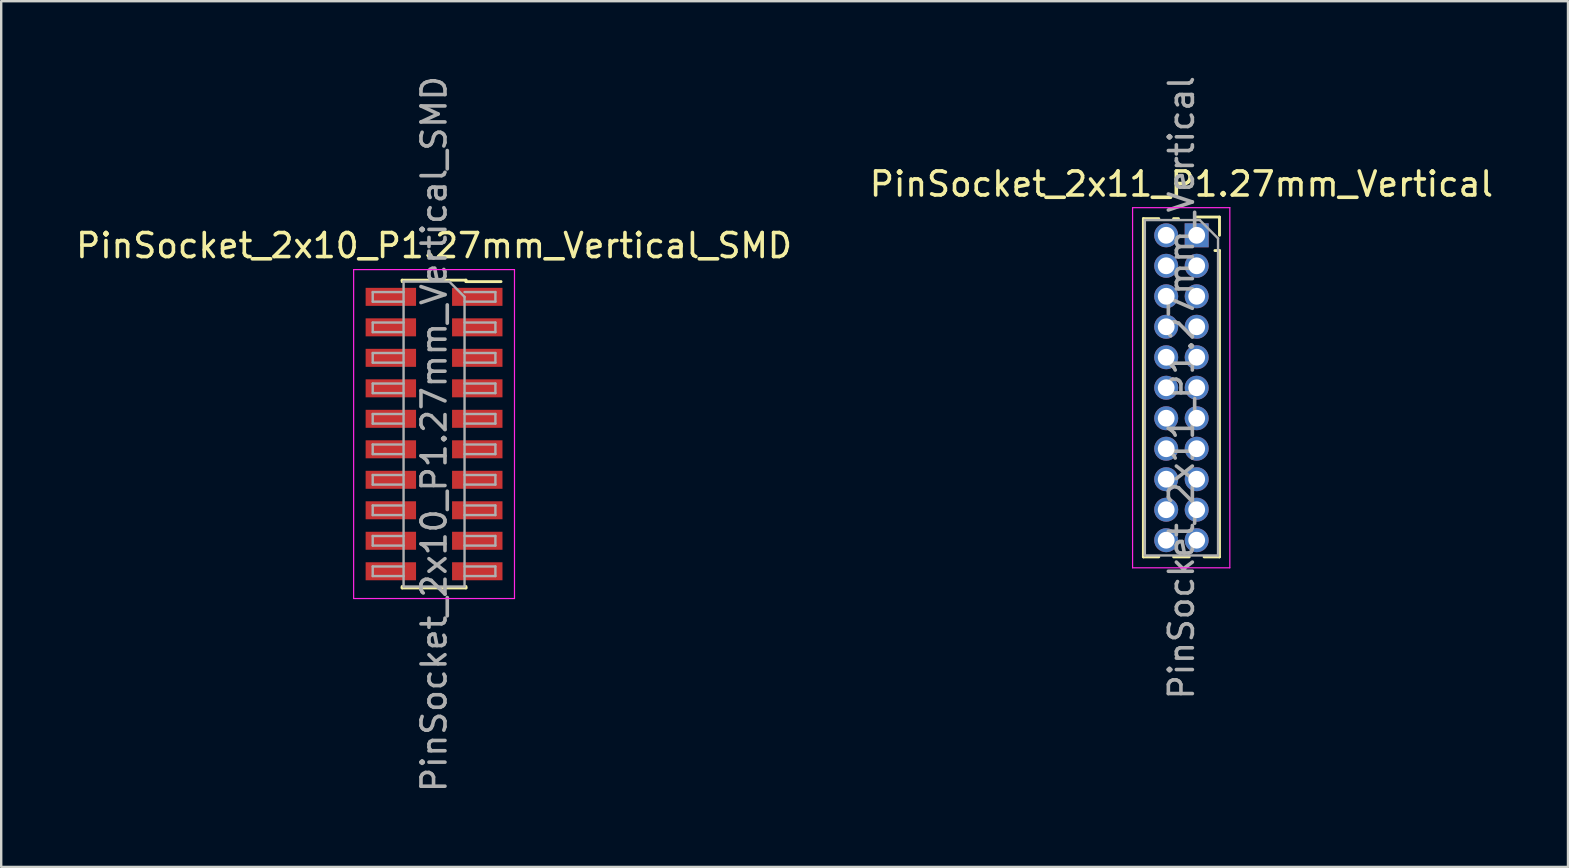
<source format=kicad_pcb>
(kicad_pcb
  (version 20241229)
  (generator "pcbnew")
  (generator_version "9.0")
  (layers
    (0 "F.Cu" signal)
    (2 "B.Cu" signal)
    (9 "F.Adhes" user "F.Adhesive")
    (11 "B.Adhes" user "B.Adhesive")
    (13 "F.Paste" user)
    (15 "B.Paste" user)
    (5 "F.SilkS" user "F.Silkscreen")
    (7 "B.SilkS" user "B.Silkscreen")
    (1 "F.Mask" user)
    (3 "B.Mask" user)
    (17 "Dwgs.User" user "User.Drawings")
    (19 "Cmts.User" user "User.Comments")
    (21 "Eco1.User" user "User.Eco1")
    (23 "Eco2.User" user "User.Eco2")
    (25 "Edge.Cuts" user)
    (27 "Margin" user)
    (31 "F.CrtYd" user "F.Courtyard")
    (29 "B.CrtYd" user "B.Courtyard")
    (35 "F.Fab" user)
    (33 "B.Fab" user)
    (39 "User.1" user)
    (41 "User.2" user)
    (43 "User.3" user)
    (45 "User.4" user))
  (footprint "PinSocket_2x11_P1.27mm_Vertical"
    (layer "F.Cu")
    (at 46.796 6.751)
    (property "Reference" "PinSocket_2x11_P1.27mm_Vertical" (at -0.635 -2.135 0) (layer "F.SilkS") (effects (font (size 1 1) (thickness 0.15))))
    (attr through_hole)
    (fp_line (start -2.22 -0.695) (end -2.22 13.395) (stroke (width 0.12) (type solid)) (layer "F.SilkS"))
    (fp_line (start -2.22 -0.695) (end -1.578 -0.695) (stroke (width 0.12) (type solid)) (layer "F.SilkS"))
    (fp_line (start -2.22 13.395) (end -1.578 13.395) (stroke (width 0.12) (type solid)) (layer "F.SilkS"))
    (fp_line (start -0.962 -0.695) (end -0.76 -0.695) (stroke (width 0.12) (type solid)) (layer "F.SilkS"))
    (fp_line (start -0.962 13.395) (end -0.308 13.395) (stroke (width 0.12) (type solid)) (layer "F.SilkS"))
    (fp_line (start 0 -0.76) (end 0.95 -0.76) (stroke (width 0.12) (type solid)) (layer "F.SilkS"))
    (fp_line (start 0.308 13.395) (end 0.95 13.395) (stroke (width 0.12) (type solid)) (layer "F.SilkS"))
    (fp_line (start 0.76 0.635) (end 0.95 0.635) (stroke (width 0.12) (type solid)) (layer "F.SilkS"))
    (fp_line (start 0.95 -0.76) (end 0.95 0) (stroke (width 0.12) (type solid)) (layer "F.SilkS"))
    (fp_line (start 0.95 0.635) (end 0.95 13.395) (stroke (width 0.12) (type solid)) (layer "F.SilkS"))
    (fp_line (start -2.67 -1.15) (end 1.38 -1.15) (stroke (width 0.05) (type solid)) (layer "F.CrtYd"))
    (fp_line (start -2.67 13.85) (end -2.67 -1.15) (stroke (width 0.05) (type solid)) (layer "F.CrtYd"))
    (fp_line (start 1.38 -1.15) (end 1.38 13.85) (stroke (width 0.05) (type solid)) (layer "F.CrtYd"))
    (fp_line (start 1.38 13.85) (end -2.67 13.85) (stroke (width 0.05) (type solid)) (layer "F.CrtYd"))
    (fp_line (start -2.16 -0.635) (end 0.128 -0.635) (stroke (width 0.1) (type solid)) (layer "F.Fab"))
    (fp_line (start -2.16 13.335) (end -2.16 -0.635) (stroke (width 0.1) (type solid)) (layer "F.Fab"))
    (fp_line (start 0.128 -0.635) (end 0.89 0.128) (stroke (width 0.1) (type solid)) (layer "F.Fab"))
    (fp_line (start 0.89 0.128) (end 0.89 13.335) (stroke (width 0.1) (type solid)) (layer "F.Fab"))
    (fp_line (start 0.89 13.335) (end -2.16 13.335) (stroke (width 0.1) (type solid)) (layer "F.Fab"))
    (fp_text user "${REFERENCE}" (at -0.635 6.35 90) (layer "F.Fab") (effects (font (size 1 1) (thickness 0.15))))
    (pad "1" thru_hole rect (at 0 0) (size 1 1) (drill 0.7) (layers "*.Cu" "*.Mask"))
    (pad "2" thru_hole oval (at -1.27 0) (size 1 1) (drill 0.7) (layers "*.Cu" "*.Mask"))
    (pad "3" thru_hole oval (at 0 1.27) (size 1 1) (drill 0.7) (layers "*.Cu" "*.Mask"))
    (pad "4" thru_hole oval (at -1.27 1.27) (size 1 1) (drill 0.7) (layers "*.Cu" "*.Mask"))
    (pad "5" thru_hole oval (at 0 2.54) (size 1 1) (drill 0.7) (layers "*.Cu" "*.Mask"))
    (pad "6" thru_hole oval (at -1.27 2.54) (size 1 1) (drill 0.7) (layers "*.Cu" "*.Mask"))
    (pad "7" thru_hole oval (at 0 3.81) (size 1 1) (drill 0.7) (layers "*.Cu" "*.Mask"))
    (pad "8" thru_hole oval (at -1.27 3.81) (size 1 1) (drill 0.7) (layers "*.Cu" "*.Mask"))
    (pad "9" thru_hole oval (at 0 5.08) (size 1 1) (drill 0.7) (layers "*.Cu" "*.Mask"))
    (pad "10" thru_hole oval (at -1.27 5.08) (size 1 1) (drill 0.7) (layers "*.Cu" "*.Mask"))
    (pad "11" thru_hole oval (at 0 6.35) (size 1 1) (drill 0.7) (layers "*.Cu" "*.Mask"))
    (pad "12" thru_hole oval (at -1.27 6.35) (size 1 1) (drill 0.7) (layers "*.Cu" "*.Mask"))
    (pad "13" thru_hole oval (at 0 7.62) (size 1 1) (drill 0.7) (layers "*.Cu" "*.Mask"))
    (pad "14" thru_hole oval (at -1.27 7.62) (size 1 1) (drill 0.7) (layers "*.Cu" "*.Mask"))
    (pad "15" thru_hole oval (at 0 8.89) (size 1 1) (drill 0.7) (layers "*.Cu" "*.Mask"))
    (pad "16" thru_hole oval (at -1.27 8.89) (size 1 1) (drill 0.7) (layers "*.Cu" "*.Mask"))
    (pad "17" thru_hole oval (at 0 10.16) (size 1 1) (drill 0.7) (layers "*.Cu" "*.Mask"))
    (pad "18" thru_hole oval (at -1.27 10.16) (size 1 1) (drill 0.7) (layers "*.Cu" "*.Mask"))
    (pad "19" thru_hole oval (at 0 11.43) (size 1 1) (drill 0.7) (layers "*.Cu" "*.Mask"))
    (pad "20" thru_hole oval (at -1.27 11.43) (size 1 1) (drill 0.7) (layers "*.Cu" "*.Mask"))
    (pad "21" thru_hole oval (at 0 12.7) (size 1 1) (drill 0.7) (layers "*.Cu" "*.Mask"))
    (pad "22" thru_hole oval (at -1.27 12.7) (size 1 1) (drill 0.7) (layers "*.Cu" "*.Mask")))
  (footprint "PinSocket_2x10_P1.27mm_Vertical_SMD"
    (layer "F.Cu")
    (at 15.03 15.03)
    (property "Reference" "PinSocket_2x10_P1.27mm_Vertical_SMD" (at 0 -7.85 0) (layer "F.SilkS") (effects (font (size 1 1) (thickness 0.15))))
    (attr smd)
    (fp_line (start -1.33 -6.41) (end -1.33 -6.35) (stroke (width 0.12) (type solid)) (layer "F.SilkS"))
    (fp_line (start -1.33 -6.41) (end 1.33 -6.41) (stroke (width 0.12) (type solid)) (layer "F.SilkS"))
    (fp_line (start -1.33 6.35) (end -1.33 6.41) (stroke (width 0.12) (type solid)) (layer "F.SilkS"))
    (fp_line (start -1.33 6.41) (end 1.33 6.41) (stroke (width 0.12) (type solid)) (layer "F.SilkS"))
    (fp_line (start 1.33 -6.41) (end 1.33 -6.35) (stroke (width 0.12) (type solid)) (layer "F.SilkS"))
    (fp_line (start 1.33 -6.35) (end 2.79 -6.35) (stroke (width 0.12) (type solid)) (layer "F.SilkS"))
    (fp_line (start 1.33 6.35) (end 1.33 6.41) (stroke (width 0.12) (type solid)) (layer "F.SilkS"))
    (fp_line (start -3.35 -6.85) (end 3.35 -6.85) (stroke (width 0.05) (type solid)) (layer "F.CrtYd"))
    (fp_line (start -3.35 6.85) (end -3.35 -6.85) (stroke (width 0.05) (type solid)) (layer "F.CrtYd"))
    (fp_line (start 3.35 -6.85) (end 3.35 6.85) (stroke (width 0.05) (type solid)) (layer "F.CrtYd"))
    (fp_line (start 3.35 6.85) (end -3.35 6.85) (stroke (width 0.05) (type solid)) (layer "F.CrtYd"))
    (fp_line (start -2.555 -5.915) (end -1.27 -5.915) (stroke (width 0.1) (type solid)) (layer "F.Fab"))
    (fp_line (start -2.555 -5.515) (end -2.555 -5.915) (stroke (width 0.1) (type solid)) (layer "F.Fab"))
    (fp_line (start -2.555 -4.645) (end -1.27 -4.645) (stroke (width 0.1) (type solid)) (layer "F.Fab"))
    (fp_line (start -2.555 -4.245) (end -2.555 -4.645) (stroke (width 0.1) (type solid)) (layer "F.Fab"))
    (fp_line (start -2.555 -3.375) (end -1.27 -3.375) (stroke (width 0.1) (type solid)) (layer "F.Fab"))
    (fp_line (start -2.555 -2.975) (end -2.555 -3.375) (stroke (width 0.1) (type solid)) (layer "F.Fab"))
    (fp_line (start -2.555 -2.105) (end -1.27 -2.105) (stroke (width 0.1) (type solid)) (layer "F.Fab"))
    (fp_line (start -2.555 -1.705) (end -2.555 -2.105) (stroke (width 0.1) (type solid)) (layer "F.Fab"))
    (fp_line (start -2.555 -0.835) (end -1.27 -0.835) (stroke (width 0.1) (type solid)) (layer "F.Fab"))
    (fp_line (start -2.555 -0.435) (end -2.555 -0.835) (stroke (width 0.1) (type solid)) (layer "F.Fab"))
    (fp_line (start -2.555 0.435) (end -1.27 0.435) (stroke (width 0.1) (type solid)) (layer "F.Fab"))
    (fp_line (start -2.555 0.835) (end -2.555 0.435) (stroke (width 0.1) (type solid)) (layer "F.Fab"))
    (fp_line (start -2.555 1.705) (end -1.27 1.705) (stroke (width 0.1) (type solid)) (layer "F.Fab"))
    (fp_line (start -2.555 2.105) (end -2.555 1.705) (stroke (width 0.1) (type solid)) (layer "F.Fab"))
    (fp_line (start -2.555 2.975) (end -1.27 2.975) (stroke (width 0.1) (type solid)) (layer "F.Fab"))
    (fp_line (start -2.555 3.375) (end -2.555 2.975) (stroke (width 0.1) (type solid)) (layer "F.Fab"))
    (fp_line (start -2.555 4.245) (end -1.27 4.245) (stroke (width 0.1) (type solid)) (layer "F.Fab"))
    (fp_line (start -2.555 4.645) (end -2.555 4.245) (stroke (width 0.1) (type solid)) (layer "F.Fab"))
    (fp_line (start -2.555 5.515) (end -1.27 5.515) (stroke (width 0.1) (type solid)) (layer "F.Fab"))
    (fp_line (start -2.555 5.915) (end -2.555 5.515) (stroke (width 0.1) (type solid)) (layer "F.Fab"))
    (fp_line (start -1.27 -6.35) (end 0.635 -6.35) (stroke (width 0.1) (type solid)) (layer "F.Fab"))
    (fp_line (start -1.27 -5.515) (end -2.555 -5.515) (stroke (width 0.1) (type solid)) (layer "F.Fab"))
    (fp_line (start -1.27 -4.245) (end -2.555 -4.245) (stroke (width 0.1) (type solid)) (layer "F.Fab"))
    (fp_line (start -1.27 -2.975) (end -2.555 -2.975) (stroke (width 0.1) (type solid)) (layer "F.Fab"))
    (fp_line (start -1.27 -1.705) (end -2.555 -1.705) (stroke (width 0.1) (type solid)) (layer "F.Fab"))
    (fp_line (start -1.27 -0.435) (end -2.555 -0.435) (stroke (width 0.1) (type solid)) (layer "F.Fab"))
    (fp_line (start -1.27 0.835) (end -2.555 0.835) (stroke (width 0.1) (type solid)) (layer "F.Fab"))
    (fp_line (start -1.27 2.105) (end -2.555 2.105) (stroke (width 0.1) (type solid)) (layer "F.Fab"))
    (fp_line (start -1.27 3.375) (end -2.555 3.375) (stroke (width 0.1) (type solid)) (layer "F.Fab"))
    (fp_line (start -1.27 4.645) (end -2.555 4.645) (stroke (width 0.1) (type solid)) (layer "F.Fab"))
    (fp_line (start -1.27 5.915) (end -2.555 5.915) (stroke (width 0.1) (type solid)) (layer "F.Fab"))
    (fp_line (start -1.27 6.35) (end -1.27 -6.35) (stroke (width 0.1) (type solid)) (layer "F.Fab"))
    (fp_line (start 0.635 -6.35) (end 1.27 -5.715) (stroke (width 0.1) (type solid)) (layer "F.Fab"))
    (fp_line (start 1.27 -5.915) (end 2.555 -5.915) (stroke (width 0.1) (type solid)) (layer "F.Fab"))
    (fp_line (start 1.27 -5.715) (end 1.27 6.35) (stroke (width 0.1) (type solid)) (layer "F.Fab"))
    (fp_line (start 1.27 -4.645) (end 2.555 -4.645) (stroke (width 0.1) (type solid)) (layer "F.Fab"))
    (fp_line (start 1.27 -3.375) (end 2.555 -3.375) (stroke (width 0.1) (type solid)) (layer "F.Fab"))
    (fp_line (start 1.27 -2.105) (end 2.555 -2.105) (stroke (width 0.1) (type solid)) (layer "F.Fab"))
    (fp_line (start 1.27 -0.835) (end 2.555 -0.835) (stroke (width 0.1) (type solid)) (layer "F.Fab"))
    (fp_line (start 1.27 0.435) (end 2.555 0.435) (stroke (width 0.1) (type solid)) (layer "F.Fab"))
    (fp_line (start 1.27 1.705) (end 2.555 1.705) (stroke (width 0.1) (type solid)) (layer "F.Fab"))
    (fp_line (start 1.27 2.975) (end 2.555 2.975) (stroke (width 0.1) (type solid)) (layer "F.Fab"))
    (fp_line (start 1.27 4.245) (end 2.555 4.245) (stroke (width 0.1) (type solid)) (layer "F.Fab"))
    (fp_line (start 1.27 5.515) (end 2.555 5.515) (stroke (width 0.1) (type solid)) (layer "F.Fab"))
    (fp_line (start 1.27 6.35) (end -1.27 6.35) (stroke (width 0.1) (type solid)) (layer "F.Fab"))
    (fp_line (start 2.555 -5.915) (end 2.555 -5.515) (stroke (width 0.1) (type solid)) (layer "F.Fab"))
    (fp_line (start 2.555 -5.515) (end 1.27 -5.515) (stroke (width 0.1) (type solid)) (layer "F.Fab"))
    (fp_line (start 2.555 -4.645) (end 2.555 -4.245) (stroke (width 0.1) (type solid)) (layer "F.Fab"))
    (fp_line (start 2.555 -4.245) (end 1.27 -4.245) (stroke (width 0.1) (type solid)) (layer "F.Fab"))
    (fp_line (start 2.555 -3.375) (end 2.555 -2.975) (stroke (width 0.1) (type solid)) (layer "F.Fab"))
    (fp_line (start 2.555 -2.975) (end 1.27 -2.975) (stroke (width 0.1) (type solid)) (layer "F.Fab"))
    (fp_line (start 2.555 -2.105) (end 2.555 -1.705) (stroke (width 0.1) (type solid)) (layer "F.Fab"))
    (fp_line (start 2.555 -1.705) (end 1.27 -1.705) (stroke (width 0.1) (type solid)) (layer "F.Fab"))
    (fp_line (start 2.555 -0.835) (end 2.555 -0.435) (stroke (width 0.1) (type solid)) (layer "F.Fab"))
    (fp_line (start 2.555 -0.435) (end 1.27 -0.435) (stroke (width 0.1) (type solid)) (layer "F.Fab"))
    (fp_line (start 2.555 0.435) (end 2.555 0.835) (stroke (width 0.1) (type solid)) (layer "F.Fab"))
    (fp_line (start 2.555 0.835) (end 1.27 0.835) (stroke (width 0.1) (type solid)) (layer "F.Fab"))
    (fp_line (start 2.555 1.705) (end 2.555 2.105) (stroke (width 0.1) (type solid)) (layer "F.Fab"))
    (fp_line (start 2.555 2.105) (end 1.27 2.105) (stroke (width 0.1) (type solid)) (layer "F.Fab"))
    (fp_line (start 2.555 2.975) (end 2.555 3.375) (stroke (width 0.1) (type solid)) (layer "F.Fab"))
    (fp_line (start 2.555 3.375) (end 1.27 3.375) (stroke (width 0.1) (type solid)) (layer "F.Fab"))
    (fp_line (start 2.555 4.245) (end 2.555 4.645) (stroke (width 0.1) (type solid)) (layer "F.Fab"))
    (fp_line (start 2.555 4.645) (end 1.27 4.645) (stroke (width 0.1) (type solid)) (layer "F.Fab"))
    (fp_line (start 2.555 5.515) (end 2.555 5.915) (stroke (width 0.1) (type solid)) (layer "F.Fab"))
    (fp_line (start 2.555 5.915) (end 1.27 5.915) (stroke (width 0.1) (type solid)) (layer "F.Fab"))
    (fp_text user "${REFERENCE}" (at 0 0 90) (layer "F.Fab") (effects (font (size 1 1) (thickness 0.15))))
    (pad "1" smd rect (at 1.8 -5.715) (size 2.1 0.75) (layers "F.Cu" "F.Mask" "F.Paste"))
    (pad "2" smd rect (at -1.8 -5.715) (size 2.1 0.75) (layers "F.Cu" "F.Mask" "F.Paste"))
    (pad "3" smd rect (at 1.8 -4.445) (size 2.1 0.75) (layers "F.Cu" "F.Mask" "F.Paste"))
    (pad "4" smd rect (at -1.8 -4.445) (size 2.1 0.75) (layers "F.Cu" "F.Mask" "F.Paste"))
    (pad "5" smd rect (at 1.8 -3.175) (size 2.1 0.75) (layers "F.Cu" "F.Mask" "F.Paste"))
    (pad "6" smd rect (at -1.8 -3.175) (size 2.1 0.75) (layers "F.Cu" "F.Mask" "F.Paste"))
    (pad "7" smd rect (at 1.8 -1.905) (size 2.1 0.75) (layers "F.Cu" "F.Mask" "F.Paste"))
    (pad "8" smd rect (at -1.8 -1.905) (size 2.1 0.75) (layers "F.Cu" "F.Mask" "F.Paste"))
    (pad "9" smd rect (at 1.8 -0.635) (size 2.1 0.75) (layers "F.Cu" "F.Mask" "F.Paste"))
    (pad "10" smd rect (at -1.8 -0.635) (size 2.1 0.75) (layers "F.Cu" "F.Mask" "F.Paste"))
    (pad "11" smd rect (at 1.8 0.635) (size 2.1 0.75) (layers "F.Cu" "F.Mask" "F.Paste"))
    (pad "12" smd rect (at -1.8 0.635) (size 2.1 0.75) (layers "F.Cu" "F.Mask" "F.Paste"))
    (pad "13" smd rect (at 1.8 1.905) (size 2.1 0.75) (layers "F.Cu" "F.Mask" "F.Paste"))
    (pad "14" smd rect (at -1.8 1.905) (size 2.1 0.75) (layers "F.Cu" "F.Mask" "F.Paste"))
    (pad "15" smd rect (at 1.8 3.175) (size 2.1 0.75) (layers "F.Cu" "F.Mask" "F.Paste"))
    (pad "16" smd rect (at -1.8 3.175) (size 2.1 0.75) (layers "F.Cu" "F.Mask" "F.Paste"))
    (pad "17" smd rect (at 1.8 4.445) (size 2.1 0.75) (layers "F.Cu" "F.Mask" "F.Paste"))
    (pad "18" smd rect (at -1.8 4.445) (size 2.1 0.75) (layers "F.Cu" "F.Mask" "F.Paste"))
    (pad "19" smd rect (at 1.8 5.715) (size 2.1 0.75) (layers "F.Cu" "F.Mask" "F.Paste"))
    (pad "20" smd rect (at -1.8 5.715) (size 2.1 0.75) (layers "F.Cu" "F.Mask" "F.Paste")))
  (gr_rect
    (start -3 -3)
    (end 62.262 33.06)
    (stroke (width 0.1) (type default))
    (fill no)
    (layer "Edge.Cuts")))
</source>
